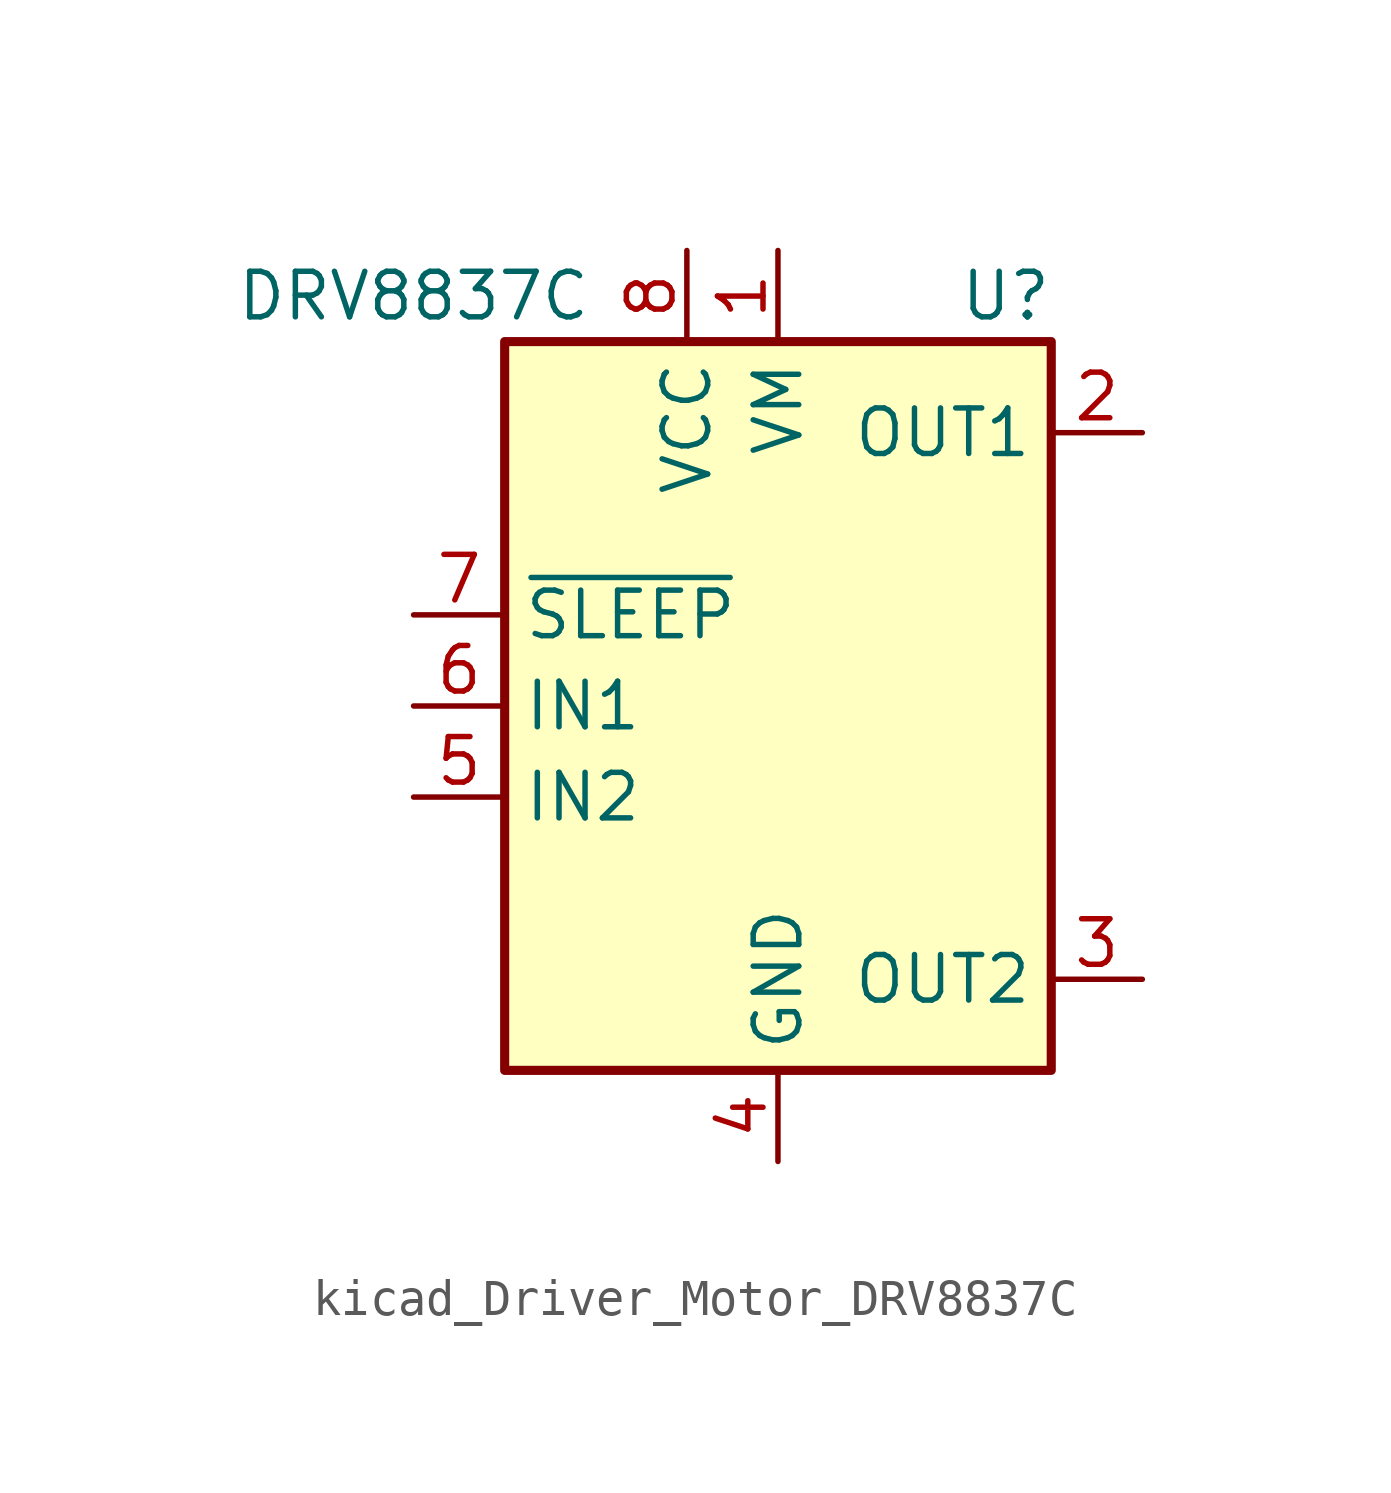
<source format=kicad_sym>
(kicad_symbol_lib
  (version 20220914)
  (generator kicad_symbol_editor)
  (symbol "kicad_Driver_Motor_DRV8837C"
    (property "Reference" "U"
      (at 6.35 11.43 0)
      (effects (font (size 1.27 1.27))))
    (property "Value" "DRV8837C"
      (at -10.16 11.43 0)
      (effects (font (size 1.27 1.27))))
    (symbol "kicad_Driver_Motor_DRV8837C_0_1"
      (rectangle (start -7.62 10.16) (end 7.62 -10.16) (stroke (width 0.254) (type default)) (fill (type background))))
    (symbol "kicad_Driver_Motor_DRV8837C_1_1"
      (pin power_in line (at 0 12.7 270) (length 2.54) (name "VM" (effects (font (size 1.27 1.27)))) (number "1" (effects (font (size 1.27 1.27)))))
      (pin output line (at 10.16 7.62 180) (length 2.54) (name "OUT1" (effects (font (size 1.27 1.27)))) (number "2" (effects (font (size 1.27 1.27)))))
      (pin output line (at 10.16 -7.62 180) (length 2.54) (name "OUT2" (effects (font (size 1.27 1.27)))) (number "3" (effects (font (size 1.27 1.27)))))
      (pin power_in line (at 0 -12.7 90) (length 2.54) (name "GND" (effects (font (size 1.27 1.27)))) (number "4" (effects (font (size 1.27 1.27)))))
      (pin input line (at -10.16 -2.54 0) (length 2.54) (name "IN2" (effects (font (size 1.27 1.27)))) (number "5" (effects (font (size 1.27 1.27)))))
      (pin input line (at -10.16 0 0) (length 2.54) (name "IN1" (effects (font (size 1.27 1.27)))) (number "6" (effects (font (size 1.27 1.27)))))
      (pin input line (at -10.16 2.54 0) (length 2.54) (name "~{SLEEP}" (effects (font (size 1.27 1.27)))) (number "7" (effects (font (size 1.27 1.27)))))
      (pin power_in line (at -2.54 12.7 270) (length 2.54) (name "VCC" (effects (font (size 1.27 1.27)))) (number "8" (effects (font (size 1.27 1.27)))))
      (pin passive line (at 0 -12.7 90) (length 2.54) hide (name "GND" (effects (font (size 1.27 1.27)))) (number "9" (effects (font (size 1.27 1.27))))))))
</source>
